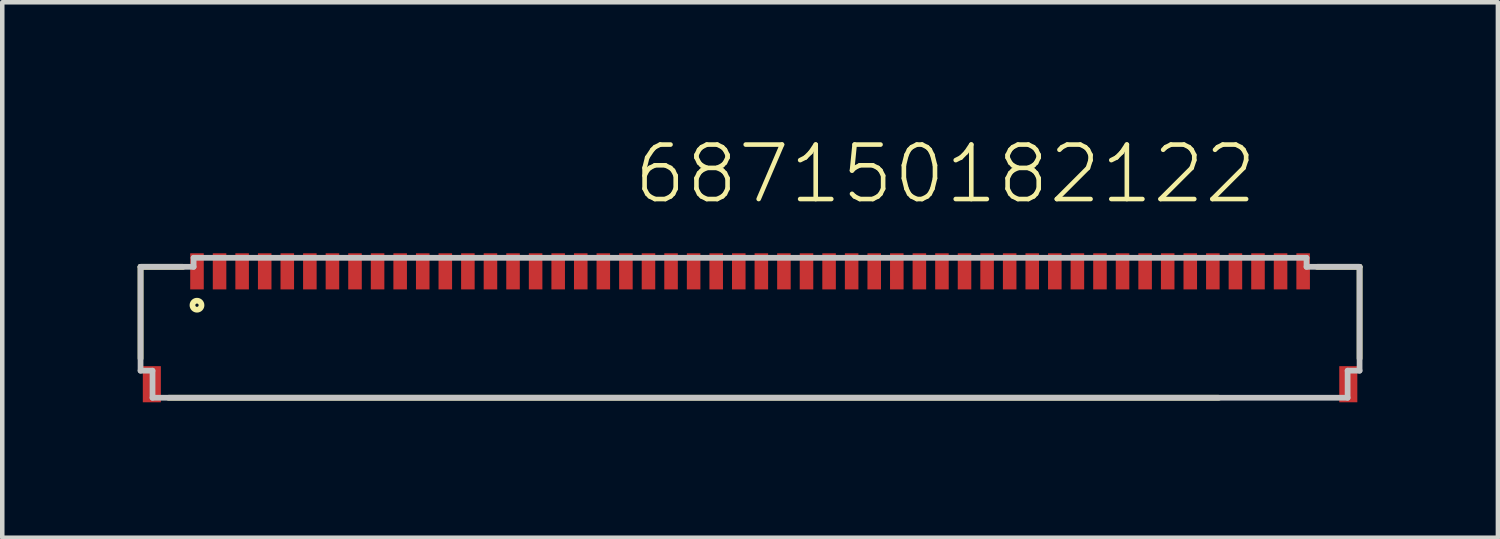
<source format=kicad_pcb>
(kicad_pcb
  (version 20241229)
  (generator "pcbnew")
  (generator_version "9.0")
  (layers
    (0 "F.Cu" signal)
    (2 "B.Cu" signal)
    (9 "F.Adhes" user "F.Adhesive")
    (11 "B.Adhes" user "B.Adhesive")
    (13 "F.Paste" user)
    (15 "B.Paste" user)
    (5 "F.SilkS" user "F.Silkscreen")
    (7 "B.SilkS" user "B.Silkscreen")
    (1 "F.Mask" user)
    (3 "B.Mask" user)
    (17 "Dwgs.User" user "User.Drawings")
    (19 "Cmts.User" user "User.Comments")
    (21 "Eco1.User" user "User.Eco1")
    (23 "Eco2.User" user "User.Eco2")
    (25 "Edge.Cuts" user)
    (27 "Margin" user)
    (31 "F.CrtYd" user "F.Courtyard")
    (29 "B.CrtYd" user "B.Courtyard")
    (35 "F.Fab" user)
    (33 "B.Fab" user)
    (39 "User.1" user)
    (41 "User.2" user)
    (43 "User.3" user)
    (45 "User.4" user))
  (footprint "687150182122"
    (layer "F.Cu")
    (at 13.563 4.21)
    (property "Reference" "687150182122" (at -2.633 -2.699 0) (layer "F.SilkS") (effects (font (size 1.206 1.206) (thickness 0.102)) (justify left bottom)))
    (attr through_hole)
    (fp_line (start -13.5 -1.35) (end -13.5 0.68) (stroke (width 0.127) (type solid)) (layer "F.SilkS"))
    (fp_line (start -12.88 1.55) (end 10.38 1.55) (stroke (width 0.127) (type solid)) (layer "F.SilkS"))
    (fp_line (start -12.56 -1.35) (end -13.5 -1.35) (stroke (width 0.127) (type solid)) (layer "F.SilkS"))
    (fp_line (start 13.5 -1.35) (end 12.56 -1.35) (stroke (width 0.127) (type solid)) (layer "F.SilkS"))
    (fp_line (start 13.5 -1.35) (end 13.5 0.68) (stroke (width 0.127) (type solid)) (layer "F.SilkS"))
    (fp_circle (center -12.25 -0.5) (end -12.15 -0.5) (stroke (width 0.127) (type solid)) (fill no) (layer "F.SilkS"))
    (fp_line (start -13.5 -1.35) (end -13.5 0.95) (stroke (width 0.127) (type solid)) (layer "Dwgs.User"))
    (fp_line (start -13.5 -1.35) (end -12.325 -1.35) (stroke (width 0.127) (type solid)) (layer "Dwgs.User"))
    (fp_line (start -13.5 0.95) (end -13.235 0.95) (stroke (width 0.127) (type solid)) (layer "Dwgs.User"))
    (fp_line (start -13.235 1.55) (end -13.235 0.95) (stroke (width 0.127) (type solid)) (layer "Dwgs.User"))
    (fp_line (start -13.235 1.55) (end 13.235 1.55) (stroke (width 0.127) (type solid)) (layer "Dwgs.User"))
    (fp_line (start -12.325 -1.55) (end -12.325 -1.35) (stroke (width 0.127) (type solid)) (layer "Dwgs.User"))
    (fp_line (start -12.325 -1.55) (end 12.325 -1.55) (stroke (width 0.127) (type solid)) (layer "Dwgs.User"))
    (fp_line (start 12.325 -1.55) (end 12.325 -1.35) (stroke (width 0.127) (type solid)) (layer "Dwgs.User"))
    (fp_line (start 12.325 -1.35) (end 13.5 -1.35) (stroke (width 0.127) (type solid)) (layer "Dwgs.User"))
    (fp_line (start 13.235 0.95) (end 13.5 0.95) (stroke (width 0.127) (type solid)) (layer "Dwgs.User"))
    (fp_line (start 13.235 1.55) (end 13.235 0.95) (stroke (width 0.127) (type solid)) (layer "Dwgs.User"))
    (fp_line (start 13.5 -1.35) (end 13.5 0.95) (stroke (width 0.127) (type solid)) (layer "Dwgs.User"))
    (pad "1" smd rect (at -12.25 -1.25 90) (size 0.8 0.3) (layers "F.Cu" "F.Mask" "F.Paste"))
    (pad "2" smd rect (at -11.75 -1.25 90) (size 0.8 0.3) (layers "F.Cu" "F.Mask" "F.Paste"))
    (pad "3" smd rect (at -11.25 -1.25 90) (size 0.8 0.3) (layers "F.Cu" "F.Mask" "F.Paste"))
    (pad "4" smd rect (at -10.75 -1.25 90) (size 0.8 0.3) (layers "F.Cu" "F.Mask" "F.Paste"))
    (pad "5" smd rect (at -10.25 -1.25 90) (size 0.8 0.3) (layers "F.Cu" "F.Mask" "F.Paste"))
    (pad "6" smd rect (at -9.75 -1.25 90) (size 0.8 0.3) (layers "F.Cu" "F.Mask" "F.Paste"))
    (pad "7" smd rect (at -9.25 -1.25 90) (size 0.8 0.3) (layers "F.Cu" "F.Mask" "F.Paste"))
    (pad "8" smd rect (at -8.75 -1.25 90) (size 0.8 0.3) (layers "F.Cu" "F.Mask" "F.Paste"))
    (pad "9" smd rect (at -8.25 -1.25 90) (size 0.8 0.3) (layers "F.Cu" "F.Mask" "F.Paste"))
    (pad "10" smd rect (at -7.75 -1.25 90) (size 0.8 0.3) (layers "F.Cu" "F.Mask" "F.Paste"))
    (pad "11" smd rect (at -7.25 -1.25 90) (size 0.8 0.3) (layers "F.Cu" "F.Mask" "F.Paste"))
    (pad "12" smd rect (at -6.75 -1.25 90) (size 0.8 0.3) (layers "F.Cu" "F.Mask" "F.Paste"))
    (pad "13" smd rect (at -6.25 -1.25 90) (size 0.8 0.3) (layers "F.Cu" "F.Mask" "F.Paste"))
    (pad "14" smd rect (at -5.75 -1.25 90) (size 0.8 0.3) (layers "F.Cu" "F.Mask" "F.Paste"))
    (pad "15" smd rect (at -5.25 -1.25 90) (size 0.8 0.3) (layers "F.Cu" "F.Mask" "F.Paste"))
    (pad "16" smd rect (at -4.75 -1.25 90) (size 0.8 0.3) (layers "F.Cu" "F.Mask" "F.Paste"))
    (pad "17" smd rect (at -4.25 -1.25 90) (size 0.8 0.3) (layers "F.Cu" "F.Mask" "F.Paste"))
    (pad "18" smd rect (at -3.75 -1.25 90) (size 0.8 0.3) (layers "F.Cu" "F.Mask" "F.Paste"))
    (pad "19" smd rect (at -3.25 -1.25 90) (size 0.8 0.3) (layers "F.Cu" "F.Mask" "F.Paste"))
    (pad "20" smd rect (at -2.75 -1.25 90) (size 0.8 0.3) (layers "F.Cu" "F.Mask" "F.Paste"))
    (pad "21" smd rect (at -2.25 -1.25 90) (size 0.8 0.3) (layers "F.Cu" "F.Mask" "F.Paste"))
    (pad "22" smd rect (at -1.75 -1.25 90) (size 0.8 0.3) (layers "F.Cu" "F.Mask" "F.Paste"))
    (pad "23" smd rect (at -1.25 -1.25 90) (size 0.8 0.3) (layers "F.Cu" "F.Mask" "F.Paste"))
    (pad "24" smd rect (at -0.75 -1.25 90) (size 0.8 0.3) (layers "F.Cu" "F.Mask" "F.Paste"))
    (pad "25" smd rect (at -0.25 -1.25 90) (size 0.8 0.3) (layers "F.Cu" "F.Mask" "F.Paste"))
    (pad "26" smd rect (at 0.25 -1.25 90) (size 0.8 0.3) (layers "F.Cu" "F.Mask" "F.Paste"))
    (pad "27" smd rect (at 0.75 -1.25 90) (size 0.8 0.3) (layers "F.Cu" "F.Mask" "F.Paste"))
    (pad "28" smd rect (at 1.25 -1.25 90) (size 0.8 0.3) (layers "F.Cu" "F.Mask" "F.Paste"))
    (pad "29" smd rect (at 1.75 -1.25 90) (size 0.8 0.3) (layers "F.Cu" "F.Mask" "F.Paste"))
    (pad "30" smd rect (at 2.25 -1.25 90) (size 0.8 0.3) (layers "F.Cu" "F.Mask" "F.Paste"))
    (pad "31" smd rect (at 2.75 -1.25 90) (size 0.8 0.3) (layers "F.Cu" "F.Mask" "F.Paste"))
    (pad "32" smd rect (at 3.25 -1.25 90) (size 0.8 0.3) (layers "F.Cu" "F.Mask" "F.Paste"))
    (pad "33" smd rect (at 3.75 -1.25 90) (size 0.8 0.3) (layers "F.Cu" "F.Mask" "F.Paste"))
    (pad "34" smd rect (at 4.25 -1.25 90) (size 0.8 0.3) (layers "F.Cu" "F.Mask" "F.Paste"))
    (pad "35" smd rect (at 4.75 -1.25 90) (size 0.8 0.3) (layers "F.Cu" "F.Mask" "F.Paste"))
    (pad "36" smd rect (at 5.25 -1.25 90) (size 0.8 0.3) (layers "F.Cu" "F.Mask" "F.Paste"))
    (pad "37" smd rect (at 5.75 -1.25 90) (size 0.8 0.3) (layers "F.Cu" "F.Mask" "F.Paste"))
    (pad "38" smd rect (at 6.25 -1.25 90) (size 0.8 0.3) (layers "F.Cu" "F.Mask" "F.Paste"))
    (pad "39" smd rect (at 6.75 -1.25 90) (size 0.8 0.3) (layers "F.Cu" "F.Mask" "F.Paste"))
    (pad "40" smd rect (at 7.25 -1.25 90) (size 0.8 0.3) (layers "F.Cu" "F.Mask" "F.Paste"))
    (pad "41" smd rect (at 7.75 -1.25 90) (size 0.8 0.3) (layers "F.Cu" "F.Mask" "F.Paste"))
    (pad "42" smd rect (at 8.25 -1.25 90) (size 0.8 0.3) (layers "F.Cu" "F.Mask" "F.Paste"))
    (pad "43" smd rect (at 8.75 -1.25 90) (size 0.8 0.3) (layers "F.Cu" "F.Mask" "F.Paste"))
    (pad "44" smd rect (at 9.25 -1.25 90) (size 0.8 0.3) (layers "F.Cu" "F.Mask" "F.Paste"))
    (pad "45" smd rect (at 9.75 -1.25 90) (size 0.8 0.3) (layers "F.Cu" "F.Mask" "F.Paste"))
    (pad "46" smd rect (at 10.25 -1.25 90) (size 0.8 0.3) (layers "F.Cu" "F.Mask" "F.Paste"))
    (pad "47" smd rect (at 10.75 -1.25 90) (size 0.8 0.3) (layers "F.Cu" "F.Mask" "F.Paste"))
    (pad "48" smd rect (at 11.25 -1.25 90) (size 0.8 0.3) (layers "F.Cu" "F.Mask" "F.Paste"))
    (pad "49" smd rect (at 11.75 -1.25 90) (size 0.8 0.3) (layers "F.Cu" "F.Mask" "F.Paste"))
    (pad "50" smd rect (at 12.25 -1.25 90) (size 0.8 0.3) (layers "F.Cu" "F.Mask" "F.Paste"))
    (pad "Z1" smd rect (at -13.25 1.25 90) (size 0.8 0.4) (layers "F.Cu" "F.Mask" "F.Paste"))
    (pad "Z2" smd rect (at 13.25 1.25 90) (size 0.8 0.4) (layers "F.Cu" "F.Mask" "F.Paste")))
  (gr_rect
    (start -3 -3)
    (end 30.127 8.86)
    (stroke (width 0.1) (type default))
    (fill no)
    (layer "Edge.Cuts")))
</source>
